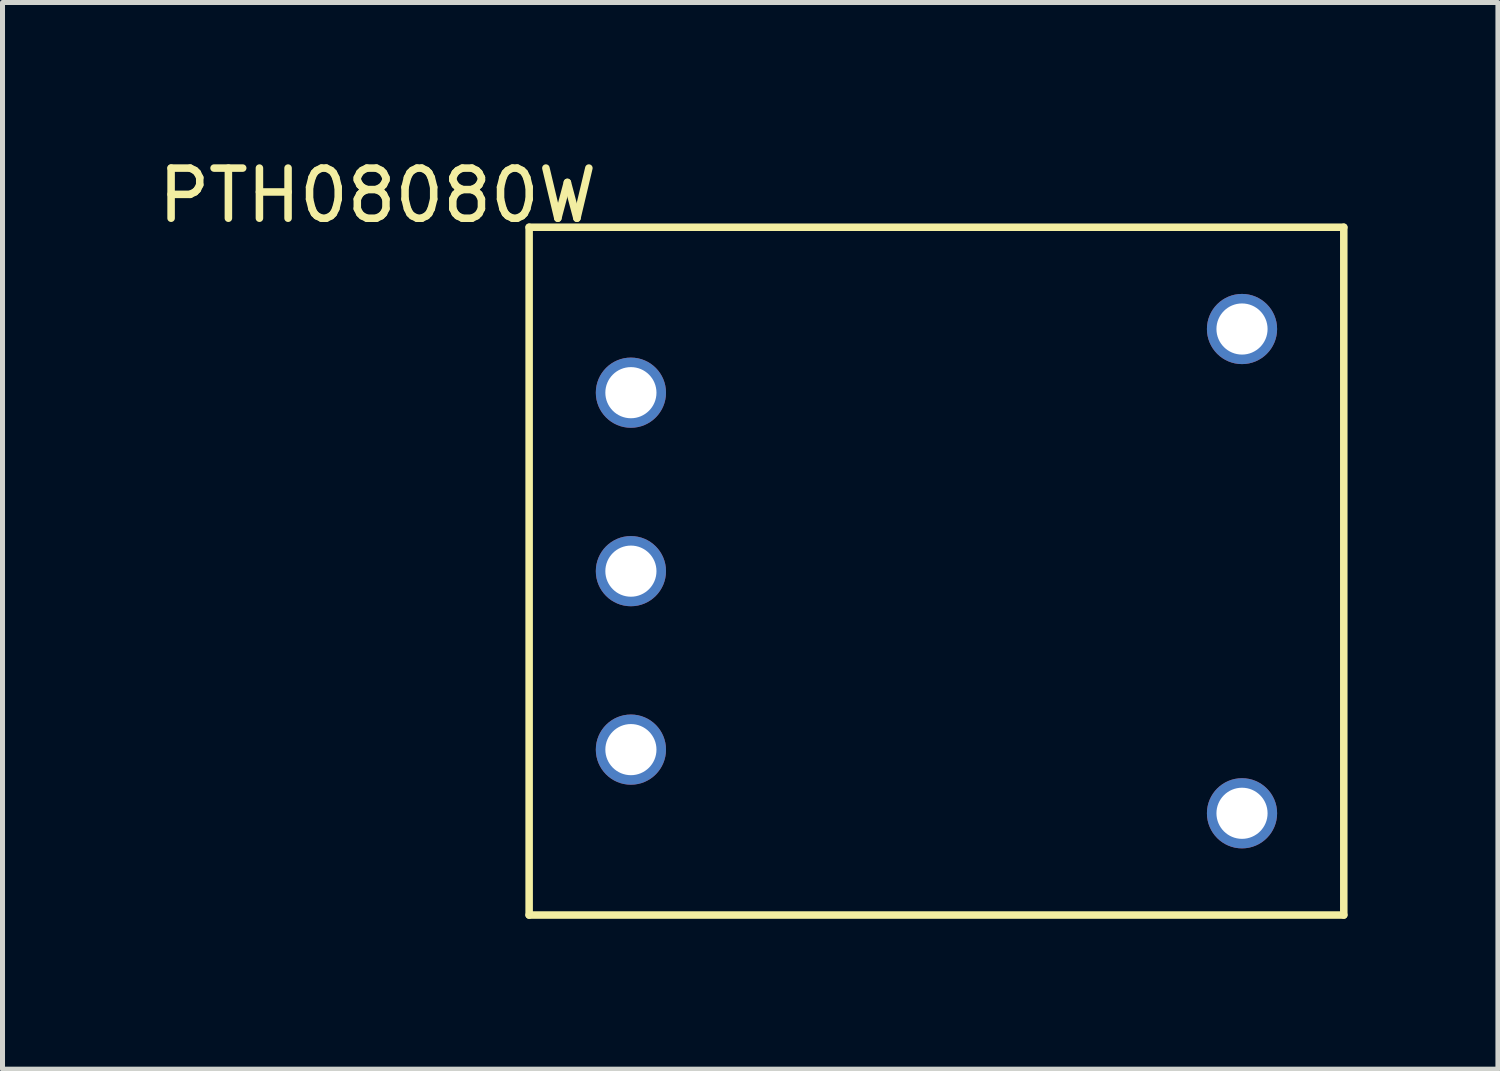
<source format=kicad_pcb>
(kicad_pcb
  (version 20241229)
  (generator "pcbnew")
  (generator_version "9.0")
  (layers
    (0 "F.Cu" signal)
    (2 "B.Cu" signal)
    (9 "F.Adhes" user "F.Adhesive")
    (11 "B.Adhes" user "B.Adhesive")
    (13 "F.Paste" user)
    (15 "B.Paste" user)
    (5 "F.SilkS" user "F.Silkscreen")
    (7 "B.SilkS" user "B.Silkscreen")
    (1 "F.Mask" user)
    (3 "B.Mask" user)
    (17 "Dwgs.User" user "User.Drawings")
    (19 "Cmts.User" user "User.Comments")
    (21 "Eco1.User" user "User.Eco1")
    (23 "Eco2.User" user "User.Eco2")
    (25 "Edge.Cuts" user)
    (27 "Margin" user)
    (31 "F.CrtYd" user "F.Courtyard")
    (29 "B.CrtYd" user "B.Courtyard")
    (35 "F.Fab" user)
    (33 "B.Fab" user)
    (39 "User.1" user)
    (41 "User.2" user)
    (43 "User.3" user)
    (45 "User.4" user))
  (footprint "PTH08080W"
    (layer "F.Cu")
    (at 7.505 1.483)
    (property "Reference" "PTH08080W" (at -3.023 -0.635 0) (layer "F.SilkS") (effects (font (size 1 1) (thickness 0.15))))
    (attr through_hole)
    (fp_line (start 0 0) (end 0 13.72) (stroke (width 0.15) (type solid)) (layer "F.SilkS"))
    (fp_line (start 0 0) (end 16.25 0) (stroke (width 0.15) (type solid)) (layer "F.SilkS"))
    (fp_line (start 0 13.72) (end 16.25 13.72) (stroke (width 0.15) (type solid)) (layer "F.SilkS"))
    (fp_line (start 16.25 13.72) (end 16.25 0) (stroke (width 0.15) (type solid)) (layer "F.SilkS"))
    (pad "1" thru_hole circle (at 2.03 3.3) (size 1.4 1.4) (drill 1.02) (layers "*.Cu" "*.Mask"))
    (pad "2" thru_hole circle (at 2.03 6.86) (size 1.4 1.4) (drill 1.02) (layers "*.Cu" "*.Mask"))
    (pad "3" thru_hole circle (at 2.03 10.42) (size 1.4 1.4) (drill 1.02) (layers "*.Cu" "*.Mask"))
    (pad "4" thru_hole circle (at 14.22 11.69) (size 1.4 1.4) (drill 1.02) (layers "*.Cu" "*.Mask"))
    (pad "5" thru_hole circle (at 14.22 2.03) (size 1.4 1.4) (drill 1.02) (layers "*.Cu" "*.Mask")))
  (gr_rect
    (start -3 -3)
    (end 26.83 18.278)
    (stroke (width 0.1) (type default))
    (fill no)
    (layer "Edge.Cuts")))
</source>
